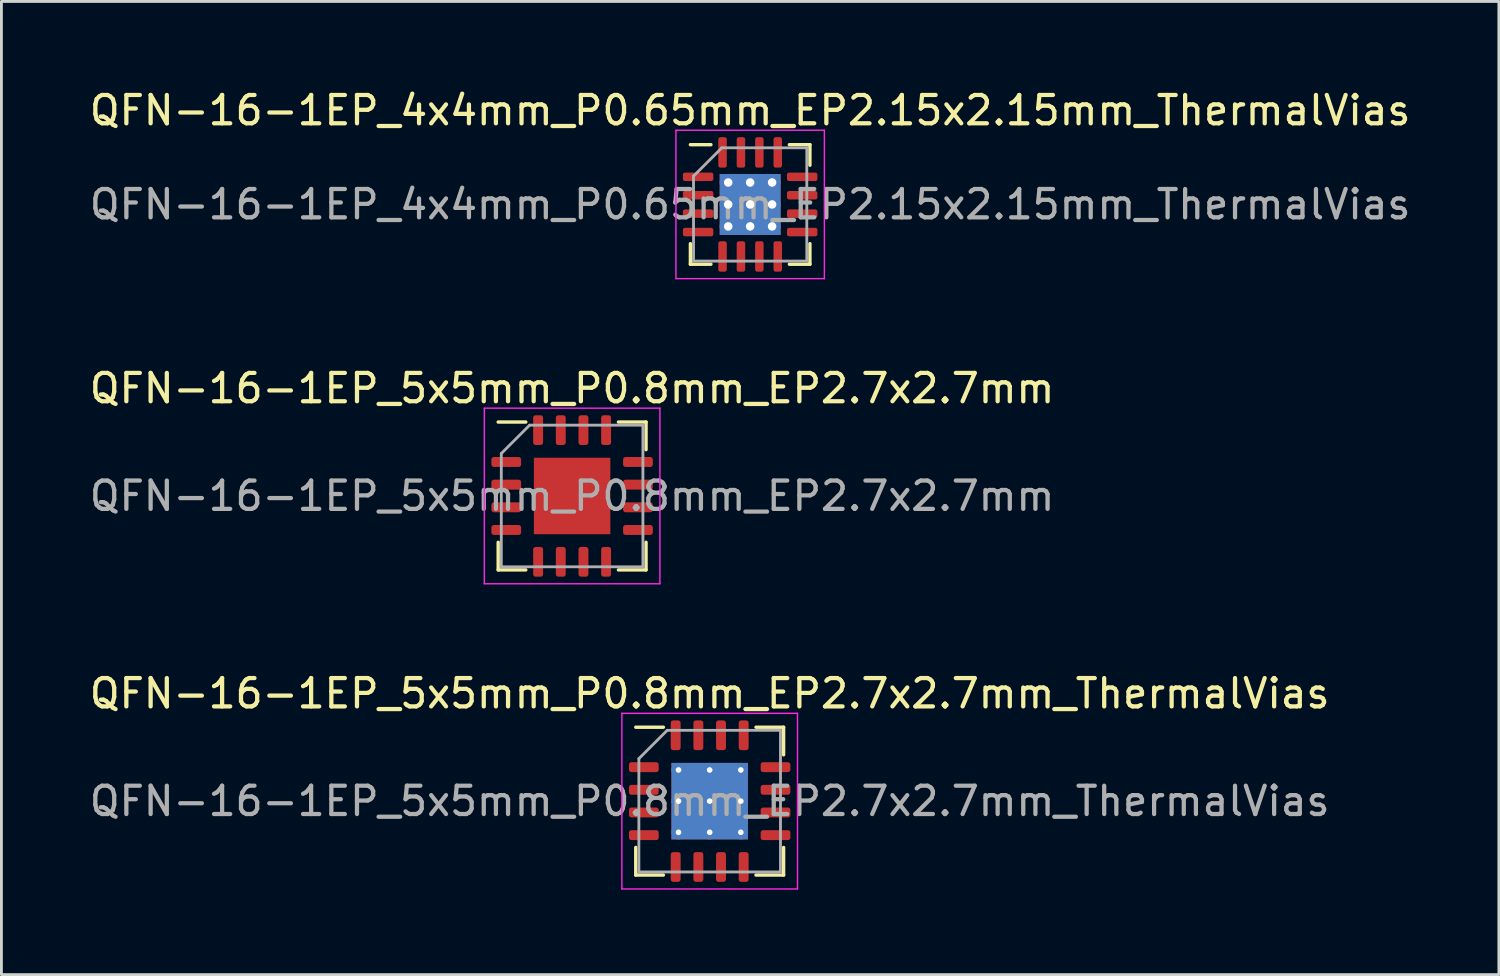
<source format=kicad_pcb>
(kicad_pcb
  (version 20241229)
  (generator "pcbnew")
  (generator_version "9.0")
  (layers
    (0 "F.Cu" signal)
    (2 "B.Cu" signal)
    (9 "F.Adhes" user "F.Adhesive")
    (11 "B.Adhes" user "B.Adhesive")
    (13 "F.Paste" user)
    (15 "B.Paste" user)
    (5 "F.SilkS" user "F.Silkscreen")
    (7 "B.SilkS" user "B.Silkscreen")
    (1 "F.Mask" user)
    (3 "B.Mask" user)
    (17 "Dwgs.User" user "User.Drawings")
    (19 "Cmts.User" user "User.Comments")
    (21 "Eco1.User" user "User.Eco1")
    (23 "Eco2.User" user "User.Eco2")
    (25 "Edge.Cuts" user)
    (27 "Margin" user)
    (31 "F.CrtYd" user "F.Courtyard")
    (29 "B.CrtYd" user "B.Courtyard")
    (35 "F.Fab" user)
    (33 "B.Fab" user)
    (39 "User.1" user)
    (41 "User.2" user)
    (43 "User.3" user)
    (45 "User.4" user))
  (footprint "QFN-16-1EP_4x4mm_P0.65mm_EP2.15x2.15mm_ThermalVias"
    (layer "F.Cu")
    (at 23.435 4.168)
    (property "Reference" "QFN-16-1EP_4x4mm_P0.65mm_EP2.15x2.15mm_ThermalVias" (at 0 -3.32 0) (layer "F.SilkS") (effects (font (size 1 1) (thickness 0.15))))
    (attr smd)
    (fp_line (start -2.11 2.11) (end -2.11 1.385) (stroke (width 0.12) (type solid)) (layer "F.SilkS"))
    (fp_line (start -1.385 -2.11) (end -2.11 -2.11) (stroke (width 0.12) (type solid)) (layer "F.SilkS"))
    (fp_line (start -1.385 2.11) (end -2.11 2.11) (stroke (width 0.12) (type solid)) (layer "F.SilkS"))
    (fp_line (start 1.385 -2.11) (end 2.11 -2.11) (stroke (width 0.12) (type solid)) (layer "F.SilkS"))
    (fp_line (start 1.385 2.11) (end 2.11 2.11) (stroke (width 0.12) (type solid)) (layer "F.SilkS"))
    (fp_line (start 2.11 -2.11) (end 2.11 -1.385) (stroke (width 0.12) (type solid)) (layer "F.SilkS"))
    (fp_line (start 2.11 2.11) (end 2.11 1.385) (stroke (width 0.12) (type solid)) (layer "F.SilkS"))
    (fp_line (start -2.62 -2.62) (end -2.62 2.62) (stroke (width 0.05) (type solid)) (layer "F.CrtYd"))
    (fp_line (start -2.62 2.62) (end 2.62 2.62) (stroke (width 0.05) (type solid)) (layer "F.CrtYd"))
    (fp_line (start 2.62 -2.62) (end -2.62 -2.62) (stroke (width 0.05) (type solid)) (layer "F.CrtYd"))
    (fp_line (start 2.62 2.62) (end 2.62 -2.62) (stroke (width 0.05) (type solid)) (layer "F.CrtYd"))
    (fp_line (start -2 -1) (end -1 -2) (stroke (width 0.1) (type solid)) (layer "F.Fab"))
    (fp_line (start -2 2) (end -2 -1) (stroke (width 0.1) (type solid)) (layer "F.Fab"))
    (fp_line (start -1 -2) (end 2 -2) (stroke (width 0.1) (type solid)) (layer "F.Fab"))
    (fp_line (start 2 -2) (end 2 2) (stroke (width 0.1) (type solid)) (layer "F.Fab"))
    (fp_line (start 2 2) (end -2 2) (stroke (width 0.1) (type solid)) (layer "F.Fab"))
    (fp_text user "${REFERENCE}" (at 0 0 0) (layer "F.Fab") (effects (font (size 1 1) (thickness 0.15))))
    (pad "" smd roundrect (at -0.54 -0.54) (size 0.93 0.93) (layers "F.Paste") (roundrect_rratio 0.25))
    (pad "" smd roundrect (at -0.54 0.54) (size 0.93 0.93) (layers "F.Paste") (roundrect_rratio 0.25))
    (pad "" smd roundrect (at 0.54 -0.54) (size 0.93 0.93) (layers "F.Paste") (roundrect_rratio 0.25))
    (pad "" smd roundrect (at 0.54 0.54) (size 0.93 0.93) (layers "F.Paste") (roundrect_rratio 0.25))
    (pad "1" smd roundrect (at -1.837 -0.975) (size 1.075 0.3) (layers "F.Cu" "F.Mask" "F.Paste") (roundrect_rratio 0.25))
    (pad "2" smd roundrect (at -1.837 -0.325) (size 1.075 0.3) (layers "F.Cu" "F.Mask" "F.Paste") (roundrect_rratio 0.25))
    (pad "3" smd roundrect (at -1.837 0.325) (size 1.075 0.3) (layers "F.Cu" "F.Mask" "F.Paste") (roundrect_rratio 0.25))
    (pad "4" smd roundrect (at -1.837 0.975) (size 1.075 0.3) (layers "F.Cu" "F.Mask" "F.Paste") (roundrect_rratio 0.25))
    (pad "5" smd roundrect (at -0.975 1.837) (size 0.3 1.075) (layers "F.Cu" "F.Mask" "F.Paste") (roundrect_rratio 0.25))
    (pad "6" smd roundrect (at -0.325 1.837) (size 0.3 1.075) (layers "F.Cu" "F.Mask" "F.Paste") (roundrect_rratio 0.25))
    (pad "7" smd roundrect (at 0.325 1.837) (size 0.3 1.075) (layers "F.Cu" "F.Mask" "F.Paste") (roundrect_rratio 0.25))
    (pad "8" smd roundrect (at 0.975 1.837) (size 0.3 1.075) (layers "F.Cu" "F.Mask" "F.Paste") (roundrect_rratio 0.25))
    (pad "9" smd roundrect (at 1.837 0.975) (size 1.075 0.3) (layers "F.Cu" "F.Mask" "F.Paste") (roundrect_rratio 0.25))
    (pad "10" smd roundrect (at 1.837 0.325) (size 1.075 0.3) (layers "F.Cu" "F.Mask" "F.Paste") (roundrect_rratio 0.25))
    (pad "11" smd roundrect (at 1.837 -0.325) (size 1.075 0.3) (layers "F.Cu" "F.Mask" "F.Paste") (roundrect_rratio 0.25))
    (pad "12" smd roundrect (at 1.837 -0.975) (size 1.075 0.3) (layers "F.Cu" "F.Mask" "F.Paste") (roundrect_rratio 0.25))
    (pad "13" smd roundrect (at 0.975 -1.837) (size 0.3 1.075) (layers "F.Cu" "F.Mask" "F.Paste") (roundrect_rratio 0.25))
    (pad "14" smd roundrect (at 0.325 -1.837) (size 0.3 1.075) (layers "F.Cu" "F.Mask" "F.Paste") (roundrect_rratio 0.25))
    (pad "15" smd roundrect (at -0.325 -1.837) (size 0.3 1.075) (layers "F.Cu" "F.Mask" "F.Paste") (roundrect_rratio 0.25))
    (pad "16" smd roundrect (at -0.975 -1.837) (size 0.3 1.075) (layers "F.Cu" "F.Mask" "F.Paste") (roundrect_rratio 0.25))
    (pad "17" thru_hole circle (at -0.775 -0.775) (size 0.6 0.6) (drill 0.3) (layers "*.Cu"))
    (pad "17" thru_hole circle (at -0.775 0) (size 0.6 0.6) (drill 0.3) (layers "*.Cu"))
    (pad "17" thru_hole circle (at -0.775 0.775) (size 0.6 0.6) (drill 0.3) (layers "*.Cu"))
    (pad "17" thru_hole circle (at 0 -0.775) (size 0.6 0.6) (drill 0.3) (layers "*.Cu"))
    (pad "17" thru_hole circle (at 0 0) (size 0.6 0.6) (drill 0.3) (layers "*.Cu"))
    (pad "17" smd rect (at 0 0) (size 2.15 2.15) (layers "F.Cu" "F.Mask"))
    (pad "17" smd rect (at 0 0) (size 2.15 2.15) (layers "B.Cu"))
    (pad "17" thru_hole circle (at 0 0.775) (size 0.6 0.6) (drill 0.3) (layers "*.Cu"))
    (pad "17" thru_hole circle (at 0.775 -0.775) (size 0.6 0.6) (drill 0.3) (layers "*.Cu"))
    (pad "17" thru_hole circle (at 0.775 0) (size 0.6 0.6) (drill 0.3) (layers "*.Cu"))
    (pad "17" thru_hole circle (at 0.775 0.775) (size 0.6 0.6) (drill 0.3) (layers "*.Cu")))
  (footprint "QFN-16-1EP_5x5mm_P0.8mm_EP2.7x2.7mm_ThermalVias"
    (layer "F.Cu")
    (at 22.006 25.235)
    (property "Reference" "QFN-16-1EP_5x5mm_P0.8mm_EP2.7x2.7mm_ThermalVias" (at 0 -3.8 0) (layer "F.SilkS") (effects (font (size 1 1) (thickness 0.15))))
    (attr smd)
    (fp_line (start -2.61 2.61) (end -2.61 1.635) (stroke (width 0.12) (type solid)) (layer "F.SilkS"))
    (fp_line (start -1.635 -2.61) (end -2.61 -2.61) (stroke (width 0.12) (type solid)) (layer "F.SilkS"))
    (fp_line (start -1.635 2.61) (end -2.61 2.61) (stroke (width 0.12) (type solid)) (layer "F.SilkS"))
    (fp_line (start 1.635 -2.61) (end 2.61 -2.61) (stroke (width 0.12) (type solid)) (layer "F.SilkS"))
    (fp_line (start 1.635 2.61) (end 2.61 2.61) (stroke (width 0.12) (type solid)) (layer "F.SilkS"))
    (fp_line (start 2.61 -2.61) (end 2.61 -1.635) (stroke (width 0.12) (type solid)) (layer "F.SilkS"))
    (fp_line (start 2.61 2.61) (end 2.61 1.635) (stroke (width 0.12) (type solid)) (layer "F.SilkS"))
    (fp_line (start -3.1 -3.1) (end -3.1 3.1) (stroke (width 0.05) (type solid)) (layer "F.CrtYd"))
    (fp_line (start -3.1 3.1) (end 3.1 3.1) (stroke (width 0.05) (type solid)) (layer "F.CrtYd"))
    (fp_line (start 3.1 -3.1) (end -3.1 -3.1) (stroke (width 0.05) (type solid)) (layer "F.CrtYd"))
    (fp_line (start 3.1 3.1) (end 3.1 -3.1) (stroke (width 0.05) (type solid)) (layer "F.CrtYd"))
    (fp_line (start -2.5 -1.5) (end -1.5 -2.5) (stroke (width 0.1) (type solid)) (layer "F.Fab"))
    (fp_line (start -2.5 2.5) (end -2.5 -1.5) (stroke (width 0.1) (type solid)) (layer "F.Fab"))
    (fp_line (start -1.5 -2.5) (end 2.5 -2.5) (stroke (width 0.1) (type solid)) (layer "F.Fab"))
    (fp_line (start 2.5 -2.5) (end 2.5 2.5) (stroke (width 0.1) (type solid)) (layer "F.Fab"))
    (fp_line (start 2.5 2.5) (end -2.5 2.5) (stroke (width 0.1) (type solid)) (layer "F.Fab"))
    (fp_text user "${REFERENCE}" (at 0 0 0) (layer "F.Fab") (effects (font (size 1 1) (thickness 0.15))))
    (pad "" smd roundrect (at -0.675 -0.675) (size 1.17 1.17) (layers "F.Paste") (roundrect_rratio 0.214))
    (pad "" smd roundrect (at -0.675 0.675) (size 1.17 1.17) (layers "F.Paste") (roundrect_rratio 0.214))
    (pad "" smd roundrect (at 0.675 -0.675) (size 1.17 1.17) (layers "F.Paste") (roundrect_rratio 0.214))
    (pad "" smd roundrect (at 0.675 0.675) (size 1.17 1.17) (layers "F.Paste") (roundrect_rratio 0.214))
    (pad "1" smd roundrect (at -2.325 -1.2) (size 1.05 0.35) (layers "F.Cu" "F.Mask" "F.Paste") (roundrect_rratio 0.25))
    (pad "2" smd roundrect (at -2.325 -0.4) (size 1.05 0.35) (layers "F.Cu" "F.Mask" "F.Paste") (roundrect_rratio 0.25))
    (pad "3" smd roundrect (at -2.325 0.4) (size 1.05 0.35) (layers "F.Cu" "F.Mask" "F.Paste") (roundrect_rratio 0.25))
    (pad "4" smd roundrect (at -2.325 1.2) (size 1.05 0.35) (layers "F.Cu" "F.Mask" "F.Paste") (roundrect_rratio 0.25))
    (pad "5" smd roundrect (at -1.2 2.325) (size 0.35 1.05) (layers "F.Cu" "F.Mask" "F.Paste") (roundrect_rratio 0.25))
    (pad "6" smd roundrect (at -0.4 2.325) (size 0.35 1.05) (layers "F.Cu" "F.Mask" "F.Paste") (roundrect_rratio 0.25))
    (pad "7" smd roundrect (at 0.4 2.325) (size 0.35 1.05) (layers "F.Cu" "F.Mask" "F.Paste") (roundrect_rratio 0.25))
    (pad "8" smd roundrect (at 1.2 2.325) (size 0.35 1.05) (layers "F.Cu" "F.Mask" "F.Paste") (roundrect_rratio 0.25))
    (pad "9" smd roundrect (at 2.325 1.2) (size 1.05 0.35) (layers "F.Cu" "F.Mask" "F.Paste") (roundrect_rratio 0.25))
    (pad "10" smd roundrect (at 2.325 0.4) (size 1.05 0.35) (layers "F.Cu" "F.Mask" "F.Paste") (roundrect_rratio 0.25))
    (pad "11" smd roundrect (at 2.325 -0.4) (size 1.05 0.35) (layers "F.Cu" "F.Mask" "F.Paste") (roundrect_rratio 0.25))
    (pad "12" smd roundrect (at 2.325 -1.2) (size 1.05 0.35) (layers "F.Cu" "F.Mask" "F.Paste") (roundrect_rratio 0.25))
    (pad "13" smd roundrect (at 1.2 -2.325) (size 0.35 1.05) (layers "F.Cu" "F.Mask" "F.Paste") (roundrect_rratio 0.25))
    (pad "14" smd roundrect (at 0.4 -2.325) (size 0.35 1.05) (layers "F.Cu" "F.Mask" "F.Paste") (roundrect_rratio 0.25))
    (pad "15" smd roundrect (at -0.4 -2.325) (size 0.35 1.05) (layers "F.Cu" "F.Mask" "F.Paste") (roundrect_rratio 0.25))
    (pad "16" smd roundrect (at -1.2 -2.325) (size 0.35 1.05) (layers "F.Cu" "F.Mask" "F.Paste") (roundrect_rratio 0.25))
    (pad "17" thru_hole circle (at -1.1 -1.1) (size 0.5 0.5) (drill 0.2) (layers "*.Cu"))
    (pad "17" thru_hole circle (at -1.1 0) (size 0.5 0.5) (drill 0.2) (layers "*.Cu"))
    (pad "17" thru_hole circle (at -1.1 1.1) (size 0.5 0.5) (drill 0.2) (layers "*.Cu"))
    (pad "17" thru_hole circle (at 0 -1.1) (size 0.5 0.5) (drill 0.2) (layers "*.Cu"))
    (pad "17" thru_hole circle (at 0 0) (size 0.5 0.5) (drill 0.2) (layers "*.Cu"))
    (pad "17" smd rect (at 0 0) (size 2.7 2.7) (layers "F.Cu" "F.Mask"))
    (pad "17" smd rect (at 0 0) (size 2.7 2.7) (layers "B.Cu"))
    (pad "17" thru_hole circle (at 0 1.1) (size 0.5 0.5) (drill 0.2) (layers "*.Cu"))
    (pad "17" thru_hole circle (at 1.1 -1.1) (size 0.5 0.5) (drill 0.2) (layers "*.Cu"))
    (pad "17" thru_hole circle (at 1.1 0) (size 0.5 0.5) (drill 0.2) (layers "*.Cu"))
    (pad "17" thru_hole circle (at 1.1 1.1) (size 0.5 0.5) (drill 0.2) (layers "*.Cu")))
  (footprint "QFN-16-1EP_5x5mm_P0.8mm_EP2.7x2.7mm"
    (layer "F.Cu")
    (at 17.149 14.461)
    (property "Reference" "QFN-16-1EP_5x5mm_P0.8mm_EP2.7x2.7mm" (at 0 -3.8 0) (layer "F.SilkS") (effects (font (size 1 1) (thickness 0.15))))
    (attr smd)
    (fp_line (start -2.61 2.61) (end -2.61 1.635) (stroke (width 0.12) (type solid)) (layer "F.SilkS"))
    (fp_line (start -1.635 -2.61) (end -2.61 -2.61) (stroke (width 0.12) (type solid)) (layer "F.SilkS"))
    (fp_line (start -1.635 2.61) (end -2.61 2.61) (stroke (width 0.12) (type solid)) (layer "F.SilkS"))
    (fp_line (start 1.635 -2.61) (end 2.61 -2.61) (stroke (width 0.12) (type solid)) (layer "F.SilkS"))
    (fp_line (start 1.635 2.61) (end 2.61 2.61) (stroke (width 0.12) (type solid)) (layer "F.SilkS"))
    (fp_line (start 2.61 -2.61) (end 2.61 -1.635) (stroke (width 0.12) (type solid)) (layer "F.SilkS"))
    (fp_line (start 2.61 2.61) (end 2.61 1.635) (stroke (width 0.12) (type solid)) (layer "F.SilkS"))
    (fp_line (start -3.1 -3.1) (end -3.1 3.1) (stroke (width 0.05) (type solid)) (layer "F.CrtYd"))
    (fp_line (start -3.1 3.1) (end 3.1 3.1) (stroke (width 0.05) (type solid)) (layer "F.CrtYd"))
    (fp_line (start 3.1 -3.1) (end -3.1 -3.1) (stroke (width 0.05) (type solid)) (layer "F.CrtYd"))
    (fp_line (start 3.1 3.1) (end 3.1 -3.1) (stroke (width 0.05) (type solid)) (layer "F.CrtYd"))
    (fp_line (start -2.5 -1.5) (end -1.5 -2.5) (stroke (width 0.1) (type solid)) (layer "F.Fab"))
    (fp_line (start -2.5 2.5) (end -2.5 -1.5) (stroke (width 0.1) (type solid)) (layer "F.Fab"))
    (fp_line (start -1.5 -2.5) (end 2.5 -2.5) (stroke (width 0.1) (type solid)) (layer "F.Fab"))
    (fp_line (start 2.5 -2.5) (end 2.5 2.5) (stroke (width 0.1) (type solid)) (layer "F.Fab"))
    (fp_line (start 2.5 2.5) (end -2.5 2.5) (stroke (width 0.1) (type solid)) (layer "F.Fab"))
    (fp_text user "${REFERENCE}" (at 0 0 0) (layer "F.Fab") (effects (font (size 1 1) (thickness 0.15))))
    (pad "" smd roundrect (at -0.675 -0.675) (size 1.09 1.09) (layers "F.Paste") (roundrect_rratio 0.229))
    (pad "" smd roundrect (at -0.675 0.675) (size 1.09 1.09) (layers "F.Paste") (roundrect_rratio 0.229))
    (pad "" smd roundrect (at 0.675 -0.675) (size 1.09 1.09) (layers "F.Paste") (roundrect_rratio 0.229))
    (pad "" smd roundrect (at 0.675 0.675) (size 1.09 1.09) (layers "F.Paste") (roundrect_rratio 0.229))
    (pad "1" smd roundrect (at -2.325 -1.2) (size 1.05 0.35) (layers "F.Cu" "F.Mask" "F.Paste") (roundrect_rratio 0.25))
    (pad "2" smd roundrect (at -2.325 -0.4) (size 1.05 0.35) (layers "F.Cu" "F.Mask" "F.Paste") (roundrect_rratio 0.25))
    (pad "3" smd roundrect (at -2.325 0.4) (size 1.05 0.35) (layers "F.Cu" "F.Mask" "F.Paste") (roundrect_rratio 0.25))
    (pad "4" smd roundrect (at -2.325 1.2) (size 1.05 0.35) (layers "F.Cu" "F.Mask" "F.Paste") (roundrect_rratio 0.25))
    (pad "5" smd roundrect (at -1.2 2.325) (size 0.35 1.05) (layers "F.Cu" "F.Mask" "F.Paste") (roundrect_rratio 0.25))
    (pad "6" smd roundrect (at -0.4 2.325) (size 0.35 1.05) (layers "F.Cu" "F.Mask" "F.Paste") (roundrect_rratio 0.25))
    (pad "7" smd roundrect (at 0.4 2.325) (size 0.35 1.05) (layers "F.Cu" "F.Mask" "F.Paste") (roundrect_rratio 0.25))
    (pad "8" smd roundrect (at 1.2 2.325) (size 0.35 1.05) (layers "F.Cu" "F.Mask" "F.Paste") (roundrect_rratio 0.25))
    (pad "9" smd roundrect (at 2.325 1.2) (size 1.05 0.35) (layers "F.Cu" "F.Mask" "F.Paste") (roundrect_rratio 0.25))
    (pad "10" smd roundrect (at 2.325 0.4) (size 1.05 0.35) (layers "F.Cu" "F.Mask" "F.Paste") (roundrect_rratio 0.25))
    (pad "11" smd roundrect (at 2.325 -0.4) (size 1.05 0.35) (layers "F.Cu" "F.Mask" "F.Paste") (roundrect_rratio 0.25))
    (pad "12" smd roundrect (at 2.325 -1.2) (size 1.05 0.35) (layers "F.Cu" "F.Mask" "F.Paste") (roundrect_rratio 0.25))
    (pad "13" smd roundrect (at 1.2 -2.325) (size 0.35 1.05) (layers "F.Cu" "F.Mask" "F.Paste") (roundrect_rratio 0.25))
    (pad "14" smd roundrect (at 0.4 -2.325) (size 0.35 1.05) (layers "F.Cu" "F.Mask" "F.Paste") (roundrect_rratio 0.25))
    (pad "15" smd roundrect (at -0.4 -2.325) (size 0.35 1.05) (layers "F.Cu" "F.Mask" "F.Paste") (roundrect_rratio 0.25))
    (pad "16" smd roundrect (at -1.2 -2.325) (size 0.35 1.05) (layers "F.Cu" "F.Mask" "F.Paste") (roundrect_rratio 0.25))
    (pad "17" smd rect (at 0 0) (size 2.7 2.7) (layers "F.Cu" "F.Mask")))
  (gr_rect
    (start -3 -3)
    (end 49.869 31.36)
    (stroke (width 0.1) (type default))
    (fill no)
    (layer "Edge.Cuts")))
</source>
